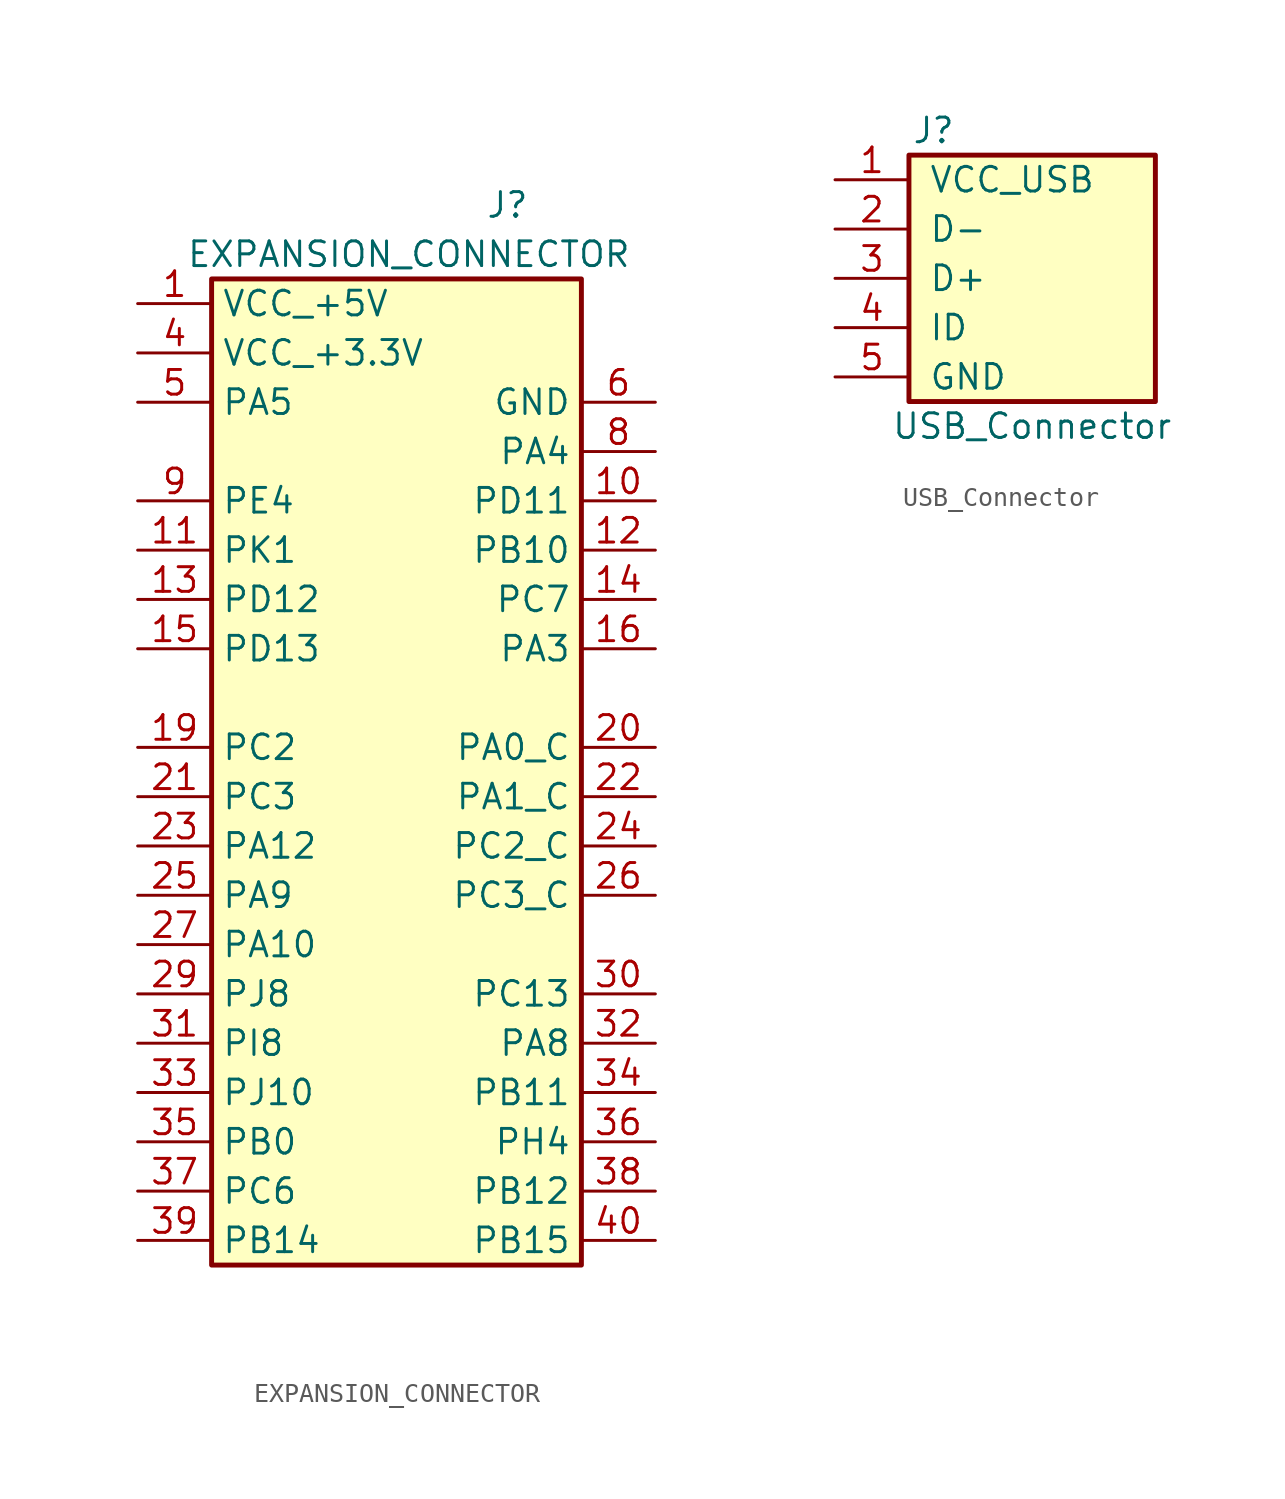
<source format=kicad_sym>
(kicad_symbol_lib
  (version 20211014)
  (generator kicad_symbol_editor)
  (symbol "EXPANSION_CONNECTOR"
    (property "Reference" "J"
      (at 6.35 30.48 0)
      (effects (font (size 1.27 1.27))))
    (property "Value" "EXPANSION_CONNECTOR"
      (at 1.27 27.94 0)
      (effects (font (size 1.27 1.27))))
    (symbol "EXPANSION_CONNECTOR_1_1"
      (rectangle (start -8.89 26.67) (end 10.16 -24.13) (stroke (width 0.254) (type default) (color 0 0 0 0)) (fill (type background)))
      (pin power_out line (at -12.7 25.4 0) (length 3.81) (name "VCC_+5V" (effects (font (size 1.27 1.27)))) (number "1" (effects (font (size 1.27 1.27)))))
      (pin input line (at 13.97 15.24 180) (length 3.81) (name "PD11" (effects (font (size 1.27 1.27)))) (number "10" (effects (font (size 1.27 1.27)))))
      (pin input line (at -12.7 12.7 0) (length 3.81) (name "PK1" (effects (font (size 1.27 1.27)))) (number "11" (effects (font (size 1.27 1.27)))))
      (pin input line (at 13.97 12.7 180) (length 3.81) (name "PB10" (effects (font (size 1.27 1.27)))) (number "12" (effects (font (size 1.27 1.27)))))
      (pin input line (at -12.7 10.16 0) (length 3.81) (name "PD12" (effects (font (size 1.27 1.27)))) (number "13" (effects (font (size 1.27 1.27)))))
      (pin input line (at 13.97 10.16 180) (length 3.81) (name "PC7" (effects (font (size 1.27 1.27)))) (number "14" (effects (font (size 1.27 1.27)))))
      (pin input line (at -12.7 7.62 0) (length 3.81) (name "PD13" (effects (font (size 1.27 1.27)))) (number "15" (effects (font (size 1.27 1.27)))))
      (pin input line (at 13.97 7.62 180) (length 3.81) (name "PA3" (effects (font (size 1.27 1.27)))) (number "16" (effects (font (size 1.27 1.27)))))
      (pin passive line (at 13.97 20.32 180) (length 3.81) hide (name "GND" (effects (font (size 1.27 1.27)))) (number "17" (effects (font (size 1.27 1.27)))))
      (pin passive line (at 13.97 20.32 180) (length 3.81) hide (name "GND" (effects (font (size 1.27 1.27)))) (number "18" (effects (font (size 1.27 1.27)))))
      (pin input line (at -12.7 2.54 0) (length 3.81) (name "PC2" (effects (font (size 1.27 1.27)))) (number "19" (effects (font (size 1.27 1.27)))))
      (pin passive line (at -12.7 22.86 0) (length 3.81) hide (name "VCC_+3.3V" (effects (font (size 1.27 1.27)))) (number "2" (effects (font (size 1.27 1.27)))))
      (pin input line (at 13.97 2.54 180) (length 3.81) (name "PA0_C" (effects (font (size 1.27 1.27)))) (number "20" (effects (font (size 1.27 1.27)))))
      (pin input line (at -12.7 0 0) (length 3.81) (name "PC3" (effects (font (size 1.27 1.27)))) (number "21" (effects (font (size 1.27 1.27)))))
      (pin input line (at 13.97 0 180) (length 3.81) (name "PA1_C" (effects (font (size 1.27 1.27)))) (number "22" (effects (font (size 1.27 1.27)))))
      (pin input line (at -12.7 -2.54 0) (length 3.81) (name "PA12" (effects (font (size 1.27 1.27)))) (number "23" (effects (font (size 1.27 1.27)))))
      (pin input line (at 13.97 -2.54 180) (length 3.81) (name "PC2_C" (effects (font (size 1.27 1.27)))) (number "24" (effects (font (size 1.27 1.27)))))
      (pin input line (at -12.7 -5.08 0) (length 3.81) (name "PA9" (effects (font (size 1.27 1.27)))) (number "25" (effects (font (size 1.27 1.27)))))
      (pin input line (at 13.97 -5.08 180) (length 3.81) (name "PC3_C" (effects (font (size 1.27 1.27)))) (number "26" (effects (font (size 1.27 1.27)))))
      (pin input line (at -12.7 -7.62 0) (length 3.81) (name "PA10" (effects (font (size 1.27 1.27)))) (number "27" (effects (font (size 1.27 1.27)))))
      (pin passive line (at 13.97 20.32 180) (length 3.81) hide (name "GND" (effects (font (size 1.27 1.27)))) (number "28" (effects (font (size 1.27 1.27)))))
      (pin input line (at -12.7 -10.16 0) (length 3.81) (name "PJ8" (effects (font (size 1.27 1.27)))) (number "29" (effects (font (size 1.27 1.27)))))
      (pin passive line (at -12.7 25.4 0) (length 3.81) hide (name "VCC_+5V" (effects (font (size 1.27 1.27)))) (number "3" (effects (font (size 1.27 1.27)))))
      (pin input line (at 13.97 -10.16 180) (length 3.81) (name "PC13" (effects (font (size 1.27 1.27)))) (number "30" (effects (font (size 1.27 1.27)))))
      (pin input line (at -12.7 -12.7 0) (length 3.81) (name "PI8" (effects (font (size 1.27 1.27)))) (number "31" (effects (font (size 1.27 1.27)))))
      (pin input line (at 13.97 -12.7 180) (length 3.81) (name "PA8" (effects (font (size 1.27 1.27)))) (number "32" (effects (font (size 1.27 1.27)))))
      (pin input line (at -12.7 -15.24 0) (length 3.81) (name "PJ10" (effects (font (size 1.27 1.27)))) (number "33" (effects (font (size 1.27 1.27)))))
      (pin input line (at 13.97 -15.24 180) (length 3.81) (name "PB11" (effects (font (size 1.27 1.27)))) (number "34" (effects (font (size 1.27 1.27)))))
      (pin input line (at -12.7 -17.78 0) (length 3.81) (name "PB0" (effects (font (size 1.27 1.27)))) (number "35" (effects (font (size 1.27 1.27)))))
      (pin input line (at 13.97 -17.78 180) (length 3.81) (name "PH4" (effects (font (size 1.27 1.27)))) (number "36" (effects (font (size 1.27 1.27)))))
      (pin input line (at -12.7 -20.32 0) (length 3.81) (name "PC6" (effects (font (size 1.27 1.27)))) (number "37" (effects (font (size 1.27 1.27)))))
      (pin input line (at 13.97 -20.32 180) (length 3.81) (name "PB12" (effects (font (size 1.27 1.27)))) (number "38" (effects (font (size 1.27 1.27)))))
      (pin input line (at -12.7 -22.86 0) (length 3.81) (name "PB14" (effects (font (size 1.27 1.27)))) (number "39" (effects (font (size 1.27 1.27)))))
      (pin power_out line (at -12.7 22.86 0) (length 3.81) (name "VCC_+3.3V" (effects (font (size 1.27 1.27)))) (number "4" (effects (font (size 1.27 1.27)))))
      (pin input line (at 13.97 -22.86 180) (length 3.81) (name "PB15" (effects (font (size 1.27 1.27)))) (number "40" (effects (font (size 1.27 1.27)))))
      (pin input line (at -12.7 20.32 0) (length 3.81) (name "PA5" (effects (font (size 1.27 1.27)))) (number "5" (effects (font (size 1.27 1.27)))))
      (pin power_out line (at 13.97 20.32 180) (length 3.81) (name "GND" (effects (font (size 1.27 1.27)))) (number "6" (effects (font (size 1.27 1.27)))))
      (pin passive line (at 13.97 20.32 180) (length 3.81) hide (name "GND" (effects (font (size 1.27 1.27)))) (number "7" (effects (font (size 1.27 1.27)))))
      (pin input line (at 13.97 17.78 180) (length 3.81) (name "PA4" (effects (font (size 1.27 1.27)))) (number "8" (effects (font (size 1.27 1.27)))))
      (pin input line (at -12.7 15.24 0) (length 3.81) (name "PE4" (effects (font (size 1.27 1.27)))) (number "9" (effects (font (size 1.27 1.27)))))))
  (symbol "USB_Connector"
    (pin_names
      (offset 1.016))
    (property "Reference" "J"
      (at -5.08 7.62 0)
      (effects (font (size 1.27 1.27))))
    (property "Value" "USB_Connector"
      (at 0 -7.62 0)
      (effects (font (size 1.27 1.27))))
    (symbol "USB_Connector_1_1"
      (rectangle (start -6.35 6.35) (end 6.35 -6.35) (stroke (width 0.254) (type default) (color 0 0 0 0)) (fill (type background)))
      (pin power_out line (at -10.16 5.08 0) (length 3.81) (name "VCC_USB" (effects (font (size 1.27 1.27)))) (number "1" (effects (font (size 1.27 1.27)))))
      (pin input line (at -10.16 2.54 0) (length 3.81) (name "D-" (effects (font (size 1.27 1.27)))) (number "2" (effects (font (size 1.27 1.27)))))
      (pin input line (at -10.16 0 0) (length 3.81) (name "D+" (effects (font (size 1.27 1.27)))) (number "3" (effects (font (size 1.27 1.27)))))
      (pin input line (at -10.16 -2.54 0) (length 3.81) (name "ID" (effects (font (size 1.27 1.27)))) (number "4" (effects (font (size 1.27 1.27)))))
      (pin power_out line (at -10.16 -5.08 0) (length 3.81) (name "GND" (effects (font (size 1.27 1.27)))) (number "5" (effects (font (size 1.27 1.27))))))))
</source>
